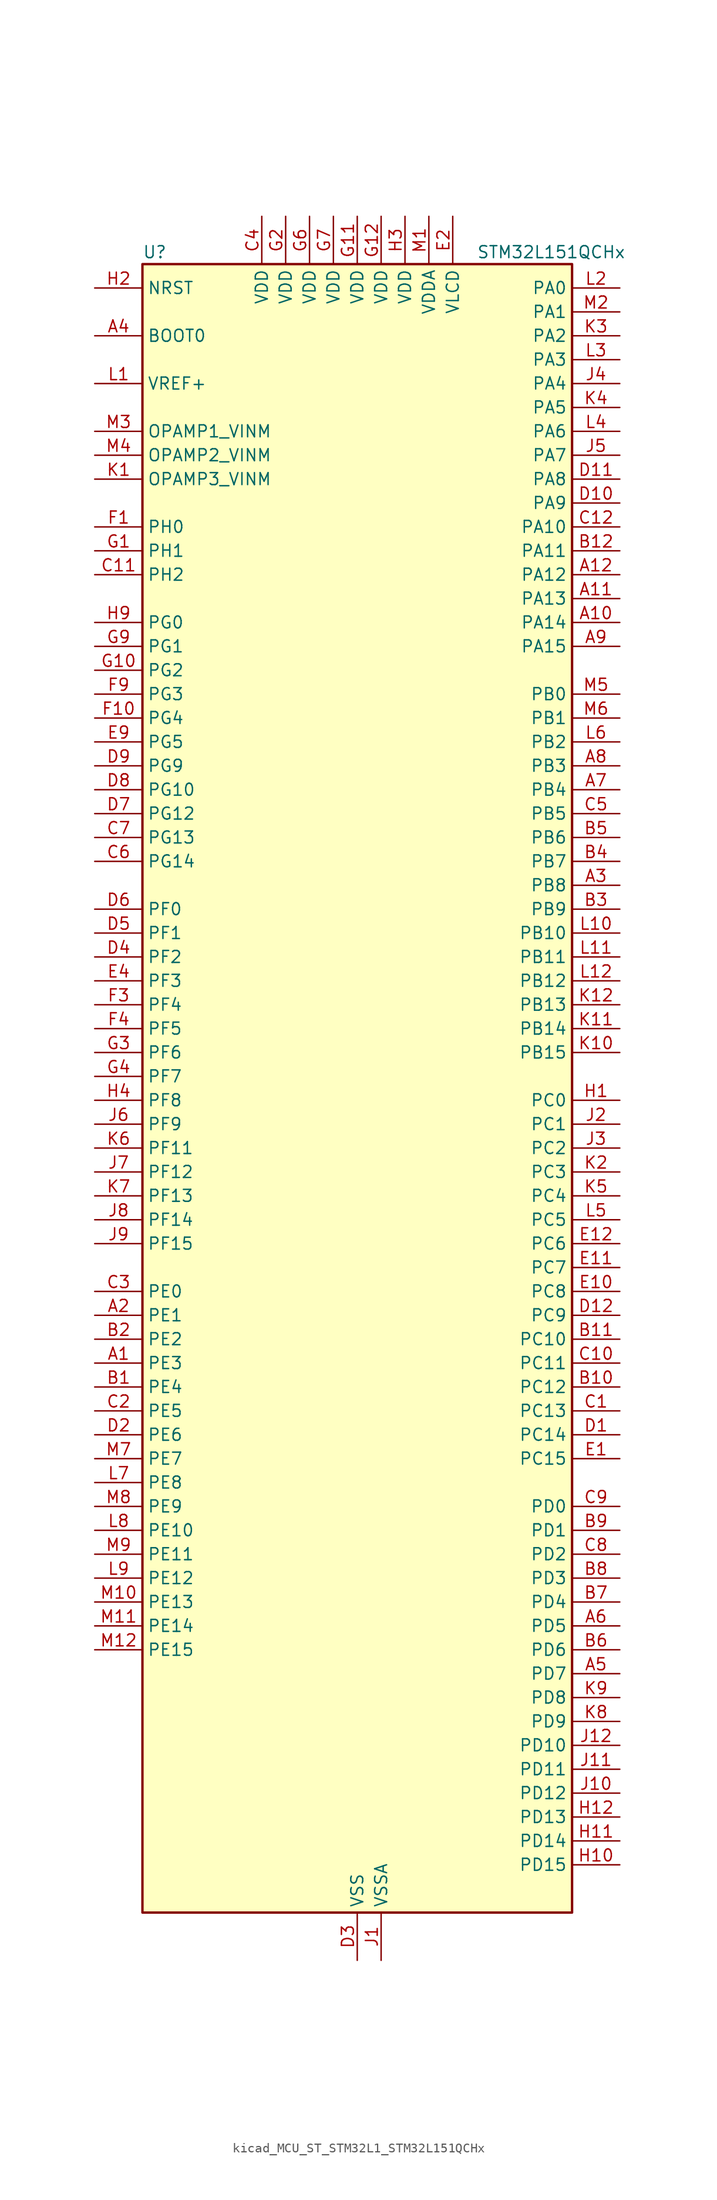
<source format=kicad_sym>
(kicad_symbol_lib
  (version 20220914)
  (generator kicad_symbol_editor)
  (symbol "kicad_MCU_ST_STM32L1_STM32L151QCHx"
    (property "Reference" "U"
      (at -22.86 90.17 0)
      (effects (font (size 1.27 1.27)) (justify left)))
    (property "Value" "STM32L151QCHx"
      (at 12.7 90.17 0)
      (effects (font (size 1.27 1.27)) (justify left)))
    (property "ki_locked" ""
      (at 0 0 0)
      (effects (font (size 1.27 1.27))))
    (symbol "kicad_MCU_ST_STM32L1_STM32L151QCHx_0_1"
      (rectangle (start -22.86 -86.36) (end 22.86 88.9) (stroke (width 0.254) (type default)) (fill (type background))))
    (symbol "kicad_MCU_ST_STM32L1_STM32L151QCHx_1_1"
      (pin bidirectional line (at -27.94 -27.94 0) (length 5.08) (name "PE3" (effects (font (size 1.27 1.27)))) (number "A1" (effects (font (size 1.27 1.27)))) (alternate "SYS_TRACED0" bidirectional line) (alternate "TIM3_CH1" bidirectional line) (alternate "TIMX_IC4" bidirectional line))
      (pin bidirectional line (at 27.94 50.8 180) (length 5.08) (name "PA14" (effects (font (size 1.27 1.27)))) (number "A10" (effects (font (size 1.27 1.27)))) (alternate "SYS_JTCK-SWCLK" bidirectional line) (alternate "TIMX_IC3" bidirectional line) (alternate "TS_G5_IO2" bidirectional line))
      (pin bidirectional line (at 27.94 53.34 180) (length 5.08) (name "PA13" (effects (font (size 1.27 1.27)))) (number "A11" (effects (font (size 1.27 1.27)))) (alternate "SYS_JTMS-SWDIO" bidirectional line) (alternate "TIMX_IC2" bidirectional line) (alternate "TS_G5_IO1" bidirectional line))
      (pin bidirectional line (at 27.94 55.88 180) (length 5.08) (name "PA12" (effects (font (size 1.27 1.27)))) (number "A12" (effects (font (size 1.27 1.27)))) (alternate "SPI1_MOSI" bidirectional line) (alternate "TIMX_IC1" bidirectional line) (alternate "USART1_RTS" bidirectional line) (alternate "USB_DP" bidirectional line))
      (pin bidirectional line (at -27.94 -22.86 0) (length 5.08) (name "PE1" (effects (font (size 1.27 1.27)))) (number "A2" (effects (font (size 1.27 1.27)))) (alternate "TIM11_CH1" bidirectional line) (alternate "TIMX_IC2" bidirectional line))
      (pin bidirectional line (at 27.94 22.86 180) (length 5.08) (name "PB8" (effects (font (size 1.27 1.27)))) (number "A3" (effects (font (size 1.27 1.27)))) (alternate "I2C1_SCL" bidirectional line) (alternate "TIM10_CH1" bidirectional line) (alternate "TIM4_CH3" bidirectional line))
      (pin input line (at -27.94 81.28 0) (length 5.08) (name "BOOT0" (effects (font (size 1.27 1.27)))) (number "A4" (effects (font (size 1.27 1.27)))))
      (pin bidirectional line (at 27.94 -60.96 180) (length 5.08) (name "PD7" (effects (font (size 1.27 1.27)))) (number "A5" (effects (font (size 1.27 1.27)))) (alternate "TIM9_CH2" bidirectional line) (alternate "TIMX_IC4" bidirectional line) (alternate "USART2_CK" bidirectional line))
      (pin bidirectional line (at 27.94 -55.88 180) (length 5.08) (name "PD5" (effects (font (size 1.27 1.27)))) (number "A6" (effects (font (size 1.27 1.27)))) (alternate "TIMX_IC2" bidirectional line) (alternate "USART2_TX" bidirectional line))
      (pin bidirectional line (at 27.94 33.02 180) (length 5.08) (name "PB4" (effects (font (size 1.27 1.27)))) (number "A7" (effects (font (size 1.27 1.27)))) (alternate "COMP2_INP" bidirectional line) (alternate "SPI1_MISO" bidirectional line) (alternate "SPI3_MISO" bidirectional line) (alternate "SYS_JTRST" bidirectional line) (alternate "TIM3_CH1" bidirectional line) (alternate "TS_G6_IO1" bidirectional line))
      (pin bidirectional line (at 27.94 35.56 180) (length 5.08) (name "PB3" (effects (font (size 1.27 1.27)))) (number "A8" (effects (font (size 1.27 1.27)))) (alternate "COMP2_INM" bidirectional line) (alternate "I2S3_CK" bidirectional line) (alternate "SPI1_SCK" bidirectional line) (alternate "SPI3_SCK" bidirectional line) (alternate "SYS_JTDO-TRACESWO" bidirectional line) (alternate "TIM2_CH2" bidirectional line))
      (pin bidirectional line (at 27.94 48.26 180) (length 5.08) (name "PA15" (effects (font (size 1.27 1.27)))) (number "A9" (effects (font (size 1.27 1.27)))) (alternate "ADC_EXTI15" bidirectional line) (alternate "I2S3_WS" bidirectional line) (alternate "SPI1_NSS" bidirectional line) (alternate "SPI3_NSS" bidirectional line) (alternate "SYS_JTDI" bidirectional line) (alternate "TIM2_CH1" bidirectional line) (alternate "TIM2_ETR" bidirectional line) (alternate "TIMX_IC4" bidirectional line) (alternate "TS_G5_IO3" bidirectional line))
      (pin bidirectional line (at -27.94 -30.48 0) (length 5.08) (name "PE4" (effects (font (size 1.27 1.27)))) (number "B1" (effects (font (size 1.27 1.27)))) (alternate "SYS_TRACED1" bidirectional line) (alternate "TIM3_CH2" bidirectional line) (alternate "TIMX_IC1" bidirectional line))
      (pin bidirectional line (at 27.94 -30.48 180) (length 5.08) (name "PC12" (effects (font (size 1.27 1.27)))) (number "B10" (effects (font (size 1.27 1.27)))) (alternate "I2S3_SD" bidirectional line) (alternate "SPI3_MOSI" bidirectional line) (alternate "TIMX_IC1" bidirectional line) (alternate "USART3_CK" bidirectional line))
      (pin bidirectional line (at 27.94 -25.4 180) (length 5.08) (name "PC10" (effects (font (size 1.27 1.27)))) (number "B11" (effects (font (size 1.27 1.27)))) (alternate "I2S3_CK" bidirectional line) (alternate "SPI3_SCK" bidirectional line) (alternate "TIMX_IC3" bidirectional line) (alternate "USART3_TX" bidirectional line))
      (pin bidirectional line (at 27.94 58.42 180) (length 5.08) (name "PA11" (effects (font (size 1.27 1.27)))) (number "B12" (effects (font (size 1.27 1.27)))) (alternate "ADC_EXTI11" bidirectional line) (alternate "SPI1_MISO" bidirectional line) (alternate "TIMX_IC4" bidirectional line) (alternate "USART1_CTS" bidirectional line) (alternate "USB_DM" bidirectional line))
      (pin bidirectional line (at -27.94 -25.4 0) (length 5.08) (name "PE2" (effects (font (size 1.27 1.27)))) (number "B2" (effects (font (size 1.27 1.27)))) (alternate "SYS_TRACECK" bidirectional line) (alternate "TIM3_ETR" bidirectional line) (alternate "TIMX_IC3" bidirectional line))
      (pin bidirectional line (at 27.94 20.32 180) (length 5.08) (name "PB9" (effects (font (size 1.27 1.27)))) (number "B3" (effects (font (size 1.27 1.27)))) (alternate "DAC_EXTI9" bidirectional line) (alternate "I2C1_SDA" bidirectional line) (alternate "TIM11_CH1" bidirectional line) (alternate "TIM4_CH4" bidirectional line))
      (pin bidirectional line (at 27.94 25.4 180) (length 5.08) (name "PB7" (effects (font (size 1.27 1.27)))) (number "B4" (effects (font (size 1.27 1.27)))) (alternate "COMP2_INP" bidirectional line) (alternate "I2C1_SDA" bidirectional line) (alternate "SYS_PVD_IN" bidirectional line) (alternate "TIM4_CH2" bidirectional line) (alternate "TS_G6_IO4" bidirectional line) (alternate "USART1_RX" bidirectional line))
      (pin bidirectional line (at 27.94 27.94 180) (length 5.08) (name "PB6" (effects (font (size 1.27 1.27)))) (number "B5" (effects (font (size 1.27 1.27)))) (alternate "COMP2_INP" bidirectional line) (alternate "I2C1_SCL" bidirectional line) (alternate "TIM4_CH1" bidirectional line) (alternate "TS_G6_IO3" bidirectional line) (alternate "USART1_TX" bidirectional line))
      (pin bidirectional line (at 27.94 -58.42 180) (length 5.08) (name "PD6" (effects (font (size 1.27 1.27)))) (number "B6" (effects (font (size 1.27 1.27)))) (alternate "TIMX_IC3" bidirectional line) (alternate "USART2_RX" bidirectional line))
      (pin bidirectional line (at 27.94 -53.34 180) (length 5.08) (name "PD4" (effects (font (size 1.27 1.27)))) (number "B7" (effects (font (size 1.27 1.27)))) (alternate "I2S2_SD" bidirectional line) (alternate "SPI2_MOSI" bidirectional line) (alternate "TIMX_IC1" bidirectional line) (alternate "USART2_RTS" bidirectional line))
      (pin bidirectional line (at 27.94 -50.8 180) (length 5.08) (name "PD3" (effects (font (size 1.27 1.27)))) (number "B8" (effects (font (size 1.27 1.27)))) (alternate "SPI2_MISO" bidirectional line) (alternate "TIMX_IC4" bidirectional line) (alternate "USART2_CTS" bidirectional line))
      (pin bidirectional line (at 27.94 -45.72 180) (length 5.08) (name "PD1" (effects (font (size 1.27 1.27)))) (number "B9" (effects (font (size 1.27 1.27)))) (alternate "I2S2_CK" bidirectional line) (alternate "SPI2_SCK" bidirectional line) (alternate "TIMX_IC2" bidirectional line))
      (pin bidirectional line (at 27.94 -33.02 180) (length 5.08) (name "PC13" (effects (font (size 1.27 1.27)))) (number "C1" (effects (font (size 1.27 1.27)))) (alternate "RTC_OUT_ALARM" bidirectional line) (alternate "RTC_OUT_CALIB" bidirectional line) (alternate "RTC_TAMP1" bidirectional line) (alternate "RTC_TS" bidirectional line) (alternate "SYS_WKUP2" bidirectional line) (alternate "TIMX_IC2" bidirectional line))
      (pin bidirectional line (at 27.94 -27.94 180) (length 5.08) (name "PC11" (effects (font (size 1.27 1.27)))) (number "C10" (effects (font (size 1.27 1.27)))) (alternate "ADC_EXTI11" bidirectional line) (alternate "SPI3_MISO" bidirectional line) (alternate "TIMX_IC4" bidirectional line) (alternate "USART3_RX" bidirectional line))
      (pin bidirectional line (at -27.94 55.88 0) (length 5.08) (name "PH2" (effects (font (size 1.27 1.27)))) (number "C11" (effects (font (size 1.27 1.27)))))
      (pin bidirectional line (at 27.94 60.96 180) (length 5.08) (name "PA10" (effects (font (size 1.27 1.27)))) (number "C12" (effects (font (size 1.27 1.27)))) (alternate "TIMX_IC3" bidirectional line) (alternate "TS_G4_IO3" bidirectional line) (alternate "USART1_RX" bidirectional line))
      (pin bidirectional line (at -27.94 -33.02 0) (length 5.08) (name "PE5" (effects (font (size 1.27 1.27)))) (number "C2" (effects (font (size 1.27 1.27)))) (alternate "SYS_TRACED2" bidirectional line) (alternate "TIM9_CH1" bidirectional line) (alternate "TIMX_IC2" bidirectional line))
      (pin bidirectional line (at -27.94 -20.32 0) (length 5.08) (name "PE0" (effects (font (size 1.27 1.27)))) (number "C3" (effects (font (size 1.27 1.27)))) (alternate "TIM10_CH1" bidirectional line) (alternate "TIM4_ETR" bidirectional line) (alternate "TIMX_IC1" bidirectional line))
      (pin power_in line (at -10.16 93.98 270) (length 5.08) (name "VDD" (effects (font (size 1.27 1.27)))) (number "C4" (effects (font (size 1.27 1.27)))))
      (pin bidirectional line (at 27.94 30.48 180) (length 5.08) (name "PB5" (effects (font (size 1.27 1.27)))) (number "C5" (effects (font (size 1.27 1.27)))) (alternate "COMP2_INP" bidirectional line) (alternate "I2C1_SMBA" bidirectional line) (alternate "I2S3_SD" bidirectional line) (alternate "SPI1_MOSI" bidirectional line) (alternate "SPI3_MOSI" bidirectional line) (alternate "TIM3_CH2" bidirectional line) (alternate "TS_G6_IO2" bidirectional line))
      (pin bidirectional line (at -27.94 25.4 0) (length 5.08) (name "PG14" (effects (font (size 1.27 1.27)))) (number "C6" (effects (font (size 1.27 1.27)))))
      (pin bidirectional line (at -27.94 27.94 0) (length 5.08) (name "PG13" (effects (font (size 1.27 1.27)))) (number "C7" (effects (font (size 1.27 1.27)))))
      (pin bidirectional line (at 27.94 -48.26 180) (length 5.08) (name "PD2" (effects (font (size 1.27 1.27)))) (number "C8" (effects (font (size 1.27 1.27)))) (alternate "TIM3_ETR" bidirectional line) (alternate "TIMX_IC3" bidirectional line))
      (pin bidirectional line (at 27.94 -43.18 180) (length 5.08) (name "PD0" (effects (font (size 1.27 1.27)))) (number "C9" (effects (font (size 1.27 1.27)))) (alternate "I2S2_WS" bidirectional line) (alternate "SPI2_NSS" bidirectional line) (alternate "TIM9_CH1" bidirectional line) (alternate "TIMX_IC1" bidirectional line))
      (pin bidirectional line (at 27.94 -35.56 180) (length 5.08) (name "PC14" (effects (font (size 1.27 1.27)))) (number "D1" (effects (font (size 1.27 1.27)))) (alternate "RCC_OSC32_IN" bidirectional line) (alternate "TIMX_IC3" bidirectional line))
      (pin bidirectional line (at 27.94 63.5 180) (length 5.08) (name "PA9" (effects (font (size 1.27 1.27)))) (number "D10" (effects (font (size 1.27 1.27)))) (alternate "DAC_EXTI9" bidirectional line) (alternate "TIMX_IC2" bidirectional line) (alternate "TS_G4_IO2" bidirectional line) (alternate "USART1_TX" bidirectional line))
      (pin bidirectional line (at 27.94 66.04 180) (length 5.08) (name "PA8" (effects (font (size 1.27 1.27)))) (number "D11" (effects (font (size 1.27 1.27)))) (alternate "RCC_MCO" bidirectional line) (alternate "TIMX_IC1" bidirectional line) (alternate "TS_G4_IO1" bidirectional line) (alternate "USART1_CK" bidirectional line))
      (pin bidirectional line (at 27.94 -22.86 180) (length 5.08) (name "PC9" (effects (font (size 1.27 1.27)))) (number "D12" (effects (font (size 1.27 1.27)))) (alternate "DAC_EXTI9" bidirectional line) (alternate "TIM3_CH4" bidirectional line) (alternate "TIMX_IC2" bidirectional line) (alternate "TS_G10_IO4" bidirectional line))
      (pin bidirectional line (at -27.94 -35.56 0) (length 5.08) (name "PE6" (effects (font (size 1.27 1.27)))) (number "D2" (effects (font (size 1.27 1.27)))) (alternate "RTC_TAMP3" bidirectional line) (alternate "SYS_TRACED3" bidirectional line) (alternate "SYS_WKUP3" bidirectional line) (alternate "TIM9_CH2" bidirectional line) (alternate "TIMX_IC3" bidirectional line))
      (pin power_in line (at 0 -91.44 90) (length 5.08) (name "VSS" (effects (font (size 1.27 1.27)))) (number "D3" (effects (font (size 1.27 1.27)))))
      (pin bidirectional line (at -27.94 15.24 0) (length 5.08) (name "PF2" (effects (font (size 1.27 1.27)))) (number "D4" (effects (font (size 1.27 1.27)))))
      (pin bidirectional line (at -27.94 17.78 0) (length 5.08) (name "PF1" (effects (font (size 1.27 1.27)))) (number "D5" (effects (font (size 1.27 1.27)))))
      (pin bidirectional line (at -27.94 20.32 0) (length 5.08) (name "PF0" (effects (font (size 1.27 1.27)))) (number "D6" (effects (font (size 1.27 1.27)))))
      (pin bidirectional line (at -27.94 30.48 0) (length 5.08) (name "PG12" (effects (font (size 1.27 1.27)))) (number "D7" (effects (font (size 1.27 1.27)))))
      (pin bidirectional line (at -27.94 33.02 0) (length 5.08) (name "PG10" (effects (font (size 1.27 1.27)))) (number "D8" (effects (font (size 1.27 1.27)))))
      (pin bidirectional line (at -27.94 35.56 0) (length 5.08) (name "PG9" (effects (font (size 1.27 1.27)))) (number "D9" (effects (font (size 1.27 1.27)))) (alternate "DAC_EXTI9" bidirectional line))
      (pin bidirectional line (at 27.94 -38.1 180) (length 5.08) (name "PC15" (effects (font (size 1.27 1.27)))) (number "E1" (effects (font (size 1.27 1.27)))) (alternate "ADC_EXTI15" bidirectional line) (alternate "RCC_OSC32_OUT" bidirectional line) (alternate "TIMX_IC4" bidirectional line))
      (pin bidirectional line (at 27.94 -20.32 180) (length 5.08) (name "PC8" (effects (font (size 1.27 1.27)))) (number "E10" (effects (font (size 1.27 1.27)))) (alternate "TIM3_CH3" bidirectional line) (alternate "TIMX_IC1" bidirectional line) (alternate "TS_G10_IO3" bidirectional line))
      (pin bidirectional line (at 27.94 -17.78 180) (length 5.08) (name "PC7" (effects (font (size 1.27 1.27)))) (number "E11" (effects (font (size 1.27 1.27)))) (alternate "I2S3_MCK" bidirectional line) (alternate "TIM3_CH2" bidirectional line) (alternate "TIMX_IC4" bidirectional line) (alternate "TS_G10_IO2" bidirectional line))
      (pin bidirectional line (at 27.94 -15.24 180) (length 5.08) (name "PC6" (effects (font (size 1.27 1.27)))) (number "E12" (effects (font (size 1.27 1.27)))) (alternate "I2S2_MCK" bidirectional line) (alternate "TIM3_CH1" bidirectional line) (alternate "TIMX_IC3" bidirectional line) (alternate "TS_G10_IO1" bidirectional line))
      (pin power_in line (at 10.16 93.98 270) (length 5.08) (name "VLCD" (effects (font (size 1.27 1.27)))) (number "E2" (effects (font (size 1.27 1.27)))))
      (pin passive line (at 0 -91.44 90) (length 5.08) hide (name "VSS" (effects (font (size 1.27 1.27)))) (number "E3" (effects (font (size 1.27 1.27)))))
      (pin bidirectional line (at -27.94 12.7 0) (length 5.08) (name "PF3" (effects (font (size 1.27 1.27)))) (number "E4" (effects (font (size 1.27 1.27)))))
      (pin bidirectional line (at -27.94 38.1 0) (length 5.08) (name "PG5" (effects (font (size 1.27 1.27)))) (number "E9" (effects (font (size 1.27 1.27)))))
      (pin bidirectional line (at -27.94 60.96 0) (length 5.08) (name "PH0" (effects (font (size 1.27 1.27)))) (number "F1" (effects (font (size 1.27 1.27)))) (alternate "RCC_OSC_IN" bidirectional line))
      (pin bidirectional line (at -27.94 40.64 0) (length 5.08) (name "PG4" (effects (font (size 1.27 1.27)))) (number "F10" (effects (font (size 1.27 1.27)))) (alternate "ADC_IN12b" bidirectional line) (alternate "TS_G7_IO7" bidirectional line))
      (pin passive line (at 0 -91.44 90) (length 5.08) hide (name "VSS" (effects (font (size 1.27 1.27)))) (number "F11" (effects (font (size 1.27 1.27)))))
      (pin passive line (at 0 -91.44 90) (length 5.08) hide (name "VSS" (effects (font (size 1.27 1.27)))) (number "F12" (effects (font (size 1.27 1.27)))))
      (pin passive line (at 0 -91.44 90) (length 5.08) hide (name "VSS" (effects (font (size 1.27 1.27)))) (number "F2" (effects (font (size 1.27 1.27)))))
      (pin bidirectional line (at -27.94 10.16 0) (length 5.08) (name "PF4" (effects (font (size 1.27 1.27)))) (number "F3" (effects (font (size 1.27 1.27)))))
      (pin bidirectional line (at -27.94 7.62 0) (length 5.08) (name "PF5" (effects (font (size 1.27 1.27)))) (number "F4" (effects (font (size 1.27 1.27)))))
      (pin passive line (at 0 -91.44 90) (length 5.08) hide (name "VSS" (effects (font (size 1.27 1.27)))) (number "F6" (effects (font (size 1.27 1.27)))))
      (pin passive line (at 0 -91.44 90) (length 5.08) hide (name "VSS" (effects (font (size 1.27 1.27)))) (number "F7" (effects (font (size 1.27 1.27)))))
      (pin bidirectional line (at -27.94 43.18 0) (length 5.08) (name "PG3" (effects (font (size 1.27 1.27)))) (number "F9" (effects (font (size 1.27 1.27)))) (alternate "ADC_IN11b" bidirectional line) (alternate "TS_G7_IO6" bidirectional line))
      (pin bidirectional line (at -27.94 58.42 0) (length 5.08) (name "PH1" (effects (font (size 1.27 1.27)))) (number "G1" (effects (font (size 1.27 1.27)))) (alternate "RCC_OSC_OUT" bidirectional line))
      (pin bidirectional line (at -27.94 45.72 0) (length 5.08) (name "PG2" (effects (font (size 1.27 1.27)))) (number "G10" (effects (font (size 1.27 1.27)))) (alternate "ADC_IN10b" bidirectional line) (alternate "TS_G7_IO5" bidirectional line))
      (pin power_in line (at 0 93.98 270) (length 5.08) (name "VDD" (effects (font (size 1.27 1.27)))) (number "G11" (effects (font (size 1.27 1.27)))))
      (pin power_in line (at 2.54 93.98 270) (length 5.08) (name "VDD" (effects (font (size 1.27 1.27)))) (number "G12" (effects (font (size 1.27 1.27)))))
      (pin power_in line (at -7.62 93.98 270) (length 5.08) (name "VDD" (effects (font (size 1.27 1.27)))) (number "G2" (effects (font (size 1.27 1.27)))))
      (pin bidirectional line (at -27.94 5.08 0) (length 5.08) (name "PF6" (effects (font (size 1.27 1.27)))) (number "G3" (effects (font (size 1.27 1.27)))) (alternate "ADC_IN27" bidirectional line) (alternate "TIM5_CH1" bidirectional line) (alternate "TIM5_ETR" bidirectional line) (alternate "TS_G11_IO1" bidirectional line))
      (pin bidirectional line (at -27.94 2.54 0) (length 5.08) (name "PF7" (effects (font (size 1.27 1.27)))) (number "G4" (effects (font (size 1.27 1.27)))) (alternate "ADC_IN28" bidirectional line) (alternate "COMP1_INP" bidirectional line) (alternate "TIM5_CH2" bidirectional line) (alternate "TS_G11_IO2" bidirectional line))
      (pin power_in line (at -5.08 93.98 270) (length 5.08) (name "VDD" (effects (font (size 1.27 1.27)))) (number "G6" (effects (font (size 1.27 1.27)))))
      (pin power_in line (at -2.54 93.98 270) (length 5.08) (name "VDD" (effects (font (size 1.27 1.27)))) (number "G7" (effects (font (size 1.27 1.27)))))
      (pin bidirectional line (at -27.94 48.26 0) (length 5.08) (name "PG1" (effects (font (size 1.27 1.27)))) (number "G9" (effects (font (size 1.27 1.27)))) (alternate "ADC_IN9b" bidirectional line) (alternate "TS_G2_IO5" bidirectional line))
      (pin bidirectional line (at 27.94 0 180) (length 5.08) (name "PC0" (effects (font (size 1.27 1.27)))) (number "H1" (effects (font (size 1.27 1.27)))) (alternate "ADC_IN10" bidirectional line) (alternate "COMP1_INP" bidirectional line) (alternate "TIMX_IC1" bidirectional line) (alternate "TS_G8_IO1" bidirectional line))
      (pin bidirectional line (at 27.94 -81.28 180) (length 5.08) (name "PD15" (effects (font (size 1.27 1.27)))) (number "H10" (effects (font (size 1.27 1.27)))) (alternate "ADC_EXTI15" bidirectional line) (alternate "TIM4_CH4" bidirectional line) (alternate "TIMX_IC4" bidirectional line))
      (pin bidirectional line (at 27.94 -78.74 180) (length 5.08) (name "PD14" (effects (font (size 1.27 1.27)))) (number "H11" (effects (font (size 1.27 1.27)))) (alternate "TIM4_CH3" bidirectional line) (alternate "TIMX_IC3" bidirectional line))
      (pin bidirectional line (at 27.94 -76.2 180) (length 5.08) (name "PD13" (effects (font (size 1.27 1.27)))) (number "H12" (effects (font (size 1.27 1.27)))) (alternate "TIM4_CH2" bidirectional line) (alternate "TIMX_IC2" bidirectional line))
      (pin input line (at -27.94 86.36 0) (length 5.08) (name "NRST" (effects (font (size 1.27 1.27)))) (number "H2" (effects (font (size 1.27 1.27)))))
      (pin power_in line (at 5.08 93.98 270) (length 5.08) (name "VDD" (effects (font (size 1.27 1.27)))) (number "H3" (effects (font (size 1.27 1.27)))))
      (pin bidirectional line (at -27.94 0 0) (length 5.08) (name "PF8" (effects (font (size 1.27 1.27)))) (number "H4" (effects (font (size 1.27 1.27)))) (alternate "ADC_IN29" bidirectional line) (alternate "COMP1_INP" bidirectional line) (alternate "TIM5_CH3" bidirectional line) (alternate "TS_G11_IO3" bidirectional line))
      (pin bidirectional line (at -27.94 50.8 0) (length 5.08) (name "PG0" (effects (font (size 1.27 1.27)))) (number "H9" (effects (font (size 1.27 1.27)))) (alternate "ADC_IN8b" bidirectional line) (alternate "TS_G2_IO4" bidirectional line))
      (pin power_in line (at 2.54 -91.44 90) (length 5.08) (name "VSSA" (effects (font (size 1.27 1.27)))) (number "J1" (effects (font (size 1.27 1.27)))))
      (pin bidirectional line (at 27.94 -73.66 180) (length 5.08) (name "PD12" (effects (font (size 1.27 1.27)))) (number "J10" (effects (font (size 1.27 1.27)))) (alternate "TIM4_CH1" bidirectional line) (alternate "TIMX_IC1" bidirectional line) (alternate "USART3_RTS" bidirectional line))
      (pin bidirectional line (at 27.94 -71.12 180) (length 5.08) (name "PD11" (effects (font (size 1.27 1.27)))) (number "J11" (effects (font (size 1.27 1.27)))) (alternate "ADC_EXTI11" bidirectional line) (alternate "TIMX_IC4" bidirectional line) (alternate "USART3_CTS" bidirectional line))
      (pin bidirectional line (at 27.94 -68.58 180) (length 5.08) (name "PD10" (effects (font (size 1.27 1.27)))) (number "J12" (effects (font (size 1.27 1.27)))) (alternate "TIMX_IC3" bidirectional line) (alternate "USART3_CK" bidirectional line))
      (pin bidirectional line (at 27.94 -2.54 180) (length 5.08) (name "PC1" (effects (font (size 1.27 1.27)))) (number "J2" (effects (font (size 1.27 1.27)))) (alternate "ADC_IN11" bidirectional line) (alternate "COMP1_INP" bidirectional line) (alternate "TIMX_IC2" bidirectional line) (alternate "TS_G8_IO2" bidirectional line))
      (pin bidirectional line (at 27.94 -5.08 180) (length 5.08) (name "PC2" (effects (font (size 1.27 1.27)))) (number "J3" (effects (font (size 1.27 1.27)))) (alternate "ADC_IN12" bidirectional line) (alternate "COMP1_INP" bidirectional line) (alternate "TIMX_IC3" bidirectional line) (alternate "TS_G8_IO3" bidirectional line))
      (pin bidirectional line (at 27.94 76.2 180) (length 5.08) (name "PA4" (effects (font (size 1.27 1.27)))) (number "J4" (effects (font (size 1.27 1.27)))) (alternate "ADC_IN4" bidirectional line) (alternate "COMP1_INP" bidirectional line) (alternate "DAC_OUT1" bidirectional line) (alternate "I2S3_WS" bidirectional line) (alternate "SPI1_NSS" bidirectional line) (alternate "SPI3_NSS" bidirectional line) (alternate "TIMX_IC1" bidirectional line) (alternate "USART2_CK" bidirectional line))
      (pin bidirectional line (at 27.94 68.58 180) (length 5.08) (name "PA7" (effects (font (size 1.27 1.27)))) (number "J5" (effects (font (size 1.27 1.27)))) (alternate "ADC_IN7" bidirectional line) (alternate "COMP1_INP" bidirectional line) (alternate "SPI1_MOSI" bidirectional line) (alternate "TIM11_CH1" bidirectional line) (alternate "TIM3_CH2" bidirectional line) (alternate "TIMX_IC4" bidirectional line) (alternate "TS_G2_IO2" bidirectional line))
      (pin bidirectional line (at -27.94 -2.54 0) (length 5.08) (name "PF9" (effects (font (size 1.27 1.27)))) (number "J6" (effects (font (size 1.27 1.27)))) (alternate "ADC_IN30" bidirectional line) (alternate "COMP1_INP" bidirectional line) (alternate "DAC_EXTI9" bidirectional line) (alternate "TIM5_CH4" bidirectional line) (alternate "TS_G11_IO4" bidirectional line))
      (pin bidirectional line (at -27.94 -7.62 0) (length 5.08) (name "PF12" (effects (font (size 1.27 1.27)))) (number "J7" (effects (font (size 1.27 1.27)))) (alternate "ADC_IN2b" bidirectional line) (alternate "TS_G3_IO5" bidirectional line))
      (pin bidirectional line (at -27.94 -12.7 0) (length 5.08) (name "PF14" (effects (font (size 1.27 1.27)))) (number "J8" (effects (font (size 1.27 1.27)))) (alternate "ADC_IN6b" bidirectional line) (alternate "TS_G9_IO4" bidirectional line))
      (pin bidirectional line (at -27.94 -15.24 0) (length 5.08) (name "PF15" (effects (font (size 1.27 1.27)))) (number "J9" (effects (font (size 1.27 1.27)))) (alternate "ADC_EXTI15" bidirectional line) (alternate "ADC_IN7b" bidirectional line) (alternate "TS_G2_IO3" bidirectional line))
      (pin input line (at -27.94 66.04 0) (length 5.08) (name "OPAMP3_VINM" (effects (font (size 1.27 1.27)))) (number "K1" (effects (font (size 1.27 1.27)))))
      (pin bidirectional line (at 27.94 5.08 180) (length 5.08) (name "PB15" (effects (font (size 1.27 1.27)))) (number "K10" (effects (font (size 1.27 1.27)))) (alternate "ADC_EXTI15" bidirectional line) (alternate "ADC_IN21" bidirectional line) (alternate "COMP1_INP" bidirectional line) (alternate "I2S2_SD" bidirectional line) (alternate "RTC_REFIN" bidirectional line) (alternate "SPI2_MOSI" bidirectional line) (alternate "TIM11_CH1" bidirectional line) (alternate "TS_G7_IO4" bidirectional line))
      (pin bidirectional line (at 27.94 7.62 180) (length 5.08) (name "PB14" (effects (font (size 1.27 1.27)))) (number "K11" (effects (font (size 1.27 1.27)))) (alternate "ADC_IN20" bidirectional line) (alternate "COMP1_INP" bidirectional line) (alternate "SPI2_MISO" bidirectional line) (alternate "TIM9_CH2" bidirectional line) (alternate "TS_G7_IO3" bidirectional line) (alternate "USART3_RTS" bidirectional line))
      (pin bidirectional line (at 27.94 10.16 180) (length 5.08) (name "PB13" (effects (font (size 1.27 1.27)))) (number "K12" (effects (font (size 1.27 1.27)))) (alternate "ADC_IN19" bidirectional line) (alternate "COMP1_INP" bidirectional line) (alternate "I2S2_CK" bidirectional line) (alternate "SPI2_SCK" bidirectional line) (alternate "TIM9_CH1" bidirectional line) (alternate "TS_G7_IO2" bidirectional line) (alternate "USART3_CTS" bidirectional line))
      (pin bidirectional line (at 27.94 -7.62 180) (length 5.08) (name "PC3" (effects (font (size 1.27 1.27)))) (number "K2" (effects (font (size 1.27 1.27)))) (alternate "ADC_IN13" bidirectional line) (alternate "COMP1_INP" bidirectional line) (alternate "TIMX_IC4" bidirectional line) (alternate "TS_G8_IO4" bidirectional line))
      (pin bidirectional line (at 27.94 81.28 180) (length 5.08) (name "PA2" (effects (font (size 1.27 1.27)))) (number "K3" (effects (font (size 1.27 1.27)))) (alternate "ADC_IN2" bidirectional line) (alternate "COMP1_INP" bidirectional line) (alternate "TIM2_CH3" bidirectional line) (alternate "TIM5_CH3" bidirectional line) (alternate "TIM9_CH1" bidirectional line) (alternate "TIMX_IC3" bidirectional line) (alternate "TS_G1_IO3" bidirectional line) (alternate "USART2_TX" bidirectional line))
      (pin bidirectional line (at 27.94 73.66 180) (length 5.08) (name "PA5" (effects (font (size 1.27 1.27)))) (number "K4" (effects (font (size 1.27 1.27)))) (alternate "ADC_IN5" bidirectional line) (alternate "COMP1_INP" bidirectional line) (alternate "DAC_OUT2" bidirectional line) (alternate "SPI1_SCK" bidirectional line) (alternate "TIM2_CH1" bidirectional line) (alternate "TIM2_ETR" bidirectional line) (alternate "TIMX_IC2" bidirectional line))
      (pin bidirectional line (at 27.94 -10.16 180) (length 5.08) (name "PC4" (effects (font (size 1.27 1.27)))) (number "K5" (effects (font (size 1.27 1.27)))) (alternate "ADC_IN14" bidirectional line) (alternate "COMP1_INP" bidirectional line) (alternate "TIMX_IC1" bidirectional line) (alternate "TS_G9_IO1" bidirectional line))
      (pin bidirectional line (at -27.94 -5.08 0) (length 5.08) (name "PF11" (effects (font (size 1.27 1.27)))) (number "K6" (effects (font (size 1.27 1.27)))) (alternate "ADC_EXTI11" bidirectional line) (alternate "ADC_IN1b" bidirectional line) (alternate "TS_G3_IO4" bidirectional line))
      (pin bidirectional line (at -27.94 -10.16 0) (length 5.08) (name "PF13" (effects (font (size 1.27 1.27)))) (number "K7" (effects (font (size 1.27 1.27)))) (alternate "ADC_IN3b" bidirectional line) (alternate "TS_G9_IO3" bidirectional line))
      (pin bidirectional line (at 27.94 -66.04 180) (length 5.08) (name "PD9" (effects (font (size 1.27 1.27)))) (number "K8" (effects (font (size 1.27 1.27)))) (alternate "DAC_EXTI9" bidirectional line) (alternate "TIMX_IC2" bidirectional line) (alternate "USART3_RX" bidirectional line))
      (pin bidirectional line (at 27.94 -63.5 180) (length 5.08) (name "PD8" (effects (font (size 1.27 1.27)))) (number "K9" (effects (font (size 1.27 1.27)))) (alternate "TIMX_IC1" bidirectional line) (alternate "USART3_TX" bidirectional line))
      (pin input line (at -27.94 76.2 0) (length 5.08) (name "VREF+" (effects (font (size 1.27 1.27)))) (number "L1" (effects (font (size 1.27 1.27)))))
      (pin bidirectional line (at 27.94 17.78 180) (length 5.08) (name "PB10" (effects (font (size 1.27 1.27)))) (number "L10" (effects (font (size 1.27 1.27)))) (alternate "I2C2_SCL" bidirectional line) (alternate "TIM2_CH3" bidirectional line) (alternate "USART3_TX" bidirectional line))
      (pin bidirectional line (at 27.94 15.24 180) (length 5.08) (name "PB11" (effects (font (size 1.27 1.27)))) (number "L11" (effects (font (size 1.27 1.27)))) (alternate "ADC_EXTI11" bidirectional line) (alternate "I2C2_SDA" bidirectional line) (alternate "TIM2_CH4" bidirectional line) (alternate "USART3_RX" bidirectional line))
      (pin bidirectional line (at 27.94 12.7 180) (length 5.08) (name "PB12" (effects (font (size 1.27 1.27)))) (number "L12" (effects (font (size 1.27 1.27)))) (alternate "ADC_IN18" bidirectional line) (alternate "COMP1_INP" bidirectional line) (alternate "I2C2_SMBA" bidirectional line) (alternate "I2S2_WS" bidirectional line) (alternate "SPI2_NSS" bidirectional line) (alternate "TIM10_CH1" bidirectional line) (alternate "TS_G7_IO1" bidirectional line) (alternate "USART3_CK" bidirectional line))
      (pin bidirectional line (at 27.94 86.36 180) (length 5.08) (name "PA0" (effects (font (size 1.27 1.27)))) (number "L2" (effects (font (size 1.27 1.27)))) (alternate "ADC_IN0" bidirectional line) (alternate "COMP1_INP" bidirectional line) (alternate "RTC_TAMP2" bidirectional line) (alternate "SYS_WKUP1" bidirectional line) (alternate "TIM2_CH1" bidirectional line) (alternate "TIM2_ETR" bidirectional line) (alternate "TIM5_CH1" bidirectional line) (alternate "TIMX_IC1" bidirectional line) (alternate "TS_G1_IO1" bidirectional line) (alternate "USART2_CTS" bidirectional line))
      (pin bidirectional line (at 27.94 78.74 180) (length 5.08) (name "PA3" (effects (font (size 1.27 1.27)))) (number "L3" (effects (font (size 1.27 1.27)))) (alternate "ADC_IN3" bidirectional line) (alternate "COMP1_INP" bidirectional line) (alternate "OPAMP1_VOUT" bidirectional line) (alternate "TIM2_CH4" bidirectional line) (alternate "TIM5_CH4" bidirectional line) (alternate "TIM9_CH2" bidirectional line) (alternate "TIMX_IC4" bidirectional line) (alternate "TS_G1_IO4" bidirectional line) (alternate "USART2_RX" bidirectional line))
      (pin bidirectional line (at 27.94 71.12 180) (length 5.08) (name "PA6" (effects (font (size 1.27 1.27)))) (number "L4" (effects (font (size 1.27 1.27)))) (alternate "ADC_IN6" bidirectional line) (alternate "COMP1_INP" bidirectional line) (alternate "OPAMP2_VINP" bidirectional line) (alternate "SPI1_MISO" bidirectional line) (alternate "TIM10_CH1" bidirectional line) (alternate "TIM3_CH1" bidirectional line) (alternate "TIMX_IC3" bidirectional line) (alternate "TS_G2_IO1" bidirectional line))
      (pin bidirectional line (at 27.94 -12.7 180) (length 5.08) (name "PC5" (effects (font (size 1.27 1.27)))) (number "L5" (effects (font (size 1.27 1.27)))) (alternate "ADC_IN15" bidirectional line) (alternate "COMP1_INP" bidirectional line) (alternate "TIMX_IC2" bidirectional line) (alternate "TS_G9_IO2" bidirectional line))
      (pin bidirectional line (at 27.94 38.1 180) (length 5.08) (name "PB2" (effects (font (size 1.27 1.27)))) (number "L6" (effects (font (size 1.27 1.27)))) (alternate "ADC_IN0b" bidirectional line) (alternate "TS_G3_IO3" bidirectional line))
      (pin bidirectional line (at -27.94 -40.64 0) (length 5.08) (name "PE8" (effects (font (size 1.27 1.27)))) (number "L7" (effects (font (size 1.27 1.27)))) (alternate "ADC_IN23" bidirectional line) (alternate "COMP1_INP" bidirectional line) (alternate "TIMX_IC1" bidirectional line))
      (pin bidirectional line (at -27.94 -45.72 0) (length 5.08) (name "PE10" (effects (font (size 1.27 1.27)))) (number "L8" (effects (font (size 1.27 1.27)))) (alternate "ADC_IN25" bidirectional line) (alternate "COMP1_INP" bidirectional line) (alternate "TIM2_CH2" bidirectional line) (alternate "TIMX_IC3" bidirectional line))
      (pin bidirectional line (at -27.94 -50.8 0) (length 5.08) (name "PE12" (effects (font (size 1.27 1.27)))) (number "L9" (effects (font (size 1.27 1.27)))) (alternate "SPI1_NSS" bidirectional line) (alternate "TIM2_CH4" bidirectional line) (alternate "TIMX_IC1" bidirectional line))
      (pin power_in line (at 7.62 93.98 270) (length 5.08) (name "VDDA" (effects (font (size 1.27 1.27)))) (number "M1" (effects (font (size 1.27 1.27)))))
      (pin bidirectional line (at -27.94 -53.34 0) (length 5.08) (name "PE13" (effects (font (size 1.27 1.27)))) (number "M10" (effects (font (size 1.27 1.27)))) (alternate "SPI1_SCK" bidirectional line) (alternate "TIMX_IC2" bidirectional line))
      (pin bidirectional line (at -27.94 -55.88 0) (length 5.08) (name "PE14" (effects (font (size 1.27 1.27)))) (number "M11" (effects (font (size 1.27 1.27)))) (alternate "SPI1_MISO" bidirectional line) (alternate "TIMX_IC3" bidirectional line))
      (pin bidirectional line (at -27.94 -58.42 0) (length 5.08) (name "PE15" (effects (font (size 1.27 1.27)))) (number "M12" (effects (font (size 1.27 1.27)))) (alternate "ADC_EXTI15" bidirectional line) (alternate "SPI1_MOSI" bidirectional line) (alternate "TIMX_IC4" bidirectional line))
      (pin bidirectional line (at 27.94 83.82 180) (length 5.08) (name "PA1" (effects (font (size 1.27 1.27)))) (number "M2" (effects (font (size 1.27 1.27)))) (alternate "ADC_IN1" bidirectional line) (alternate "COMP1_INP" bidirectional line) (alternate "OPAMP1_VINP" bidirectional line) (alternate "TIM2_CH2" bidirectional line) (alternate "TIM5_CH2" bidirectional line) (alternate "TIMX_IC2" bidirectional line) (alternate "TS_G1_IO2" bidirectional line) (alternate "USART2_RTS" bidirectional line))
      (pin input line (at -27.94 71.12 0) (length 5.08) (name "OPAMP1_VINM" (effects (font (size 1.27 1.27)))) (number "M3" (effects (font (size 1.27 1.27)))) (alternate "OPAMP1_VINM" bidirectional line))
      (pin input line (at -27.94 68.58 0) (length 5.08) (name "OPAMP2_VINM" (effects (font (size 1.27 1.27)))) (number "M4" (effects (font (size 1.27 1.27)))) (alternate "OPAMP2_VINM" bidirectional line))
      (pin bidirectional line (at 27.94 43.18 180) (length 5.08) (name "PB0" (effects (font (size 1.27 1.27)))) (number "M5" (effects (font (size 1.27 1.27)))) (alternate "ADC_IN8" bidirectional line) (alternate "COMP1_INP" bidirectional line) (alternate "OPAMP2_VOUT" bidirectional line) (alternate "SYS_V_REF_OUT" bidirectional line) (alternate "TIM3_CH3" bidirectional line) (alternate "TS_G3_IO1" bidirectional line))
      (pin bidirectional line (at 27.94 40.64 180) (length 5.08) (name "PB1" (effects (font (size 1.27 1.27)))) (number "M6" (effects (font (size 1.27 1.27)))) (alternate "ADC_IN9" bidirectional line) (alternate "COMP1_INP" bidirectional line) (alternate "SYS_V_REF_OUT" bidirectional line) (alternate "TIM3_CH4" bidirectional line) (alternate "TS_G3_IO2" bidirectional line))
      (pin bidirectional line (at -27.94 -38.1 0) (length 5.08) (name "PE7" (effects (font (size 1.27 1.27)))) (number "M7" (effects (font (size 1.27 1.27)))) (alternate "ADC_IN22" bidirectional line) (alternate "COMP1_INP" bidirectional line) (alternate "TIMX_IC4" bidirectional line))
      (pin bidirectional line (at -27.94 -43.18 0) (length 5.08) (name "PE9" (effects (font (size 1.27 1.27)))) (number "M8" (effects (font (size 1.27 1.27)))) (alternate "ADC_IN24" bidirectional line) (alternate "COMP1_INP" bidirectional line) (alternate "DAC_EXTI9" bidirectional line) (alternate "TIM2_CH1" bidirectional line) (alternate "TIM2_ETR" bidirectional line) (alternate "TIMX_IC2" bidirectional line))
      (pin bidirectional line (at -27.94 -48.26 0) (length 5.08) (name "PE11" (effects (font (size 1.27 1.27)))) (number "M9" (effects (font (size 1.27 1.27)))) (alternate "ADC_EXTI11" bidirectional line) (alternate "TIM2_CH3" bidirectional line) (alternate "TIMX_IC4" bidirectional line)))))
</source>
